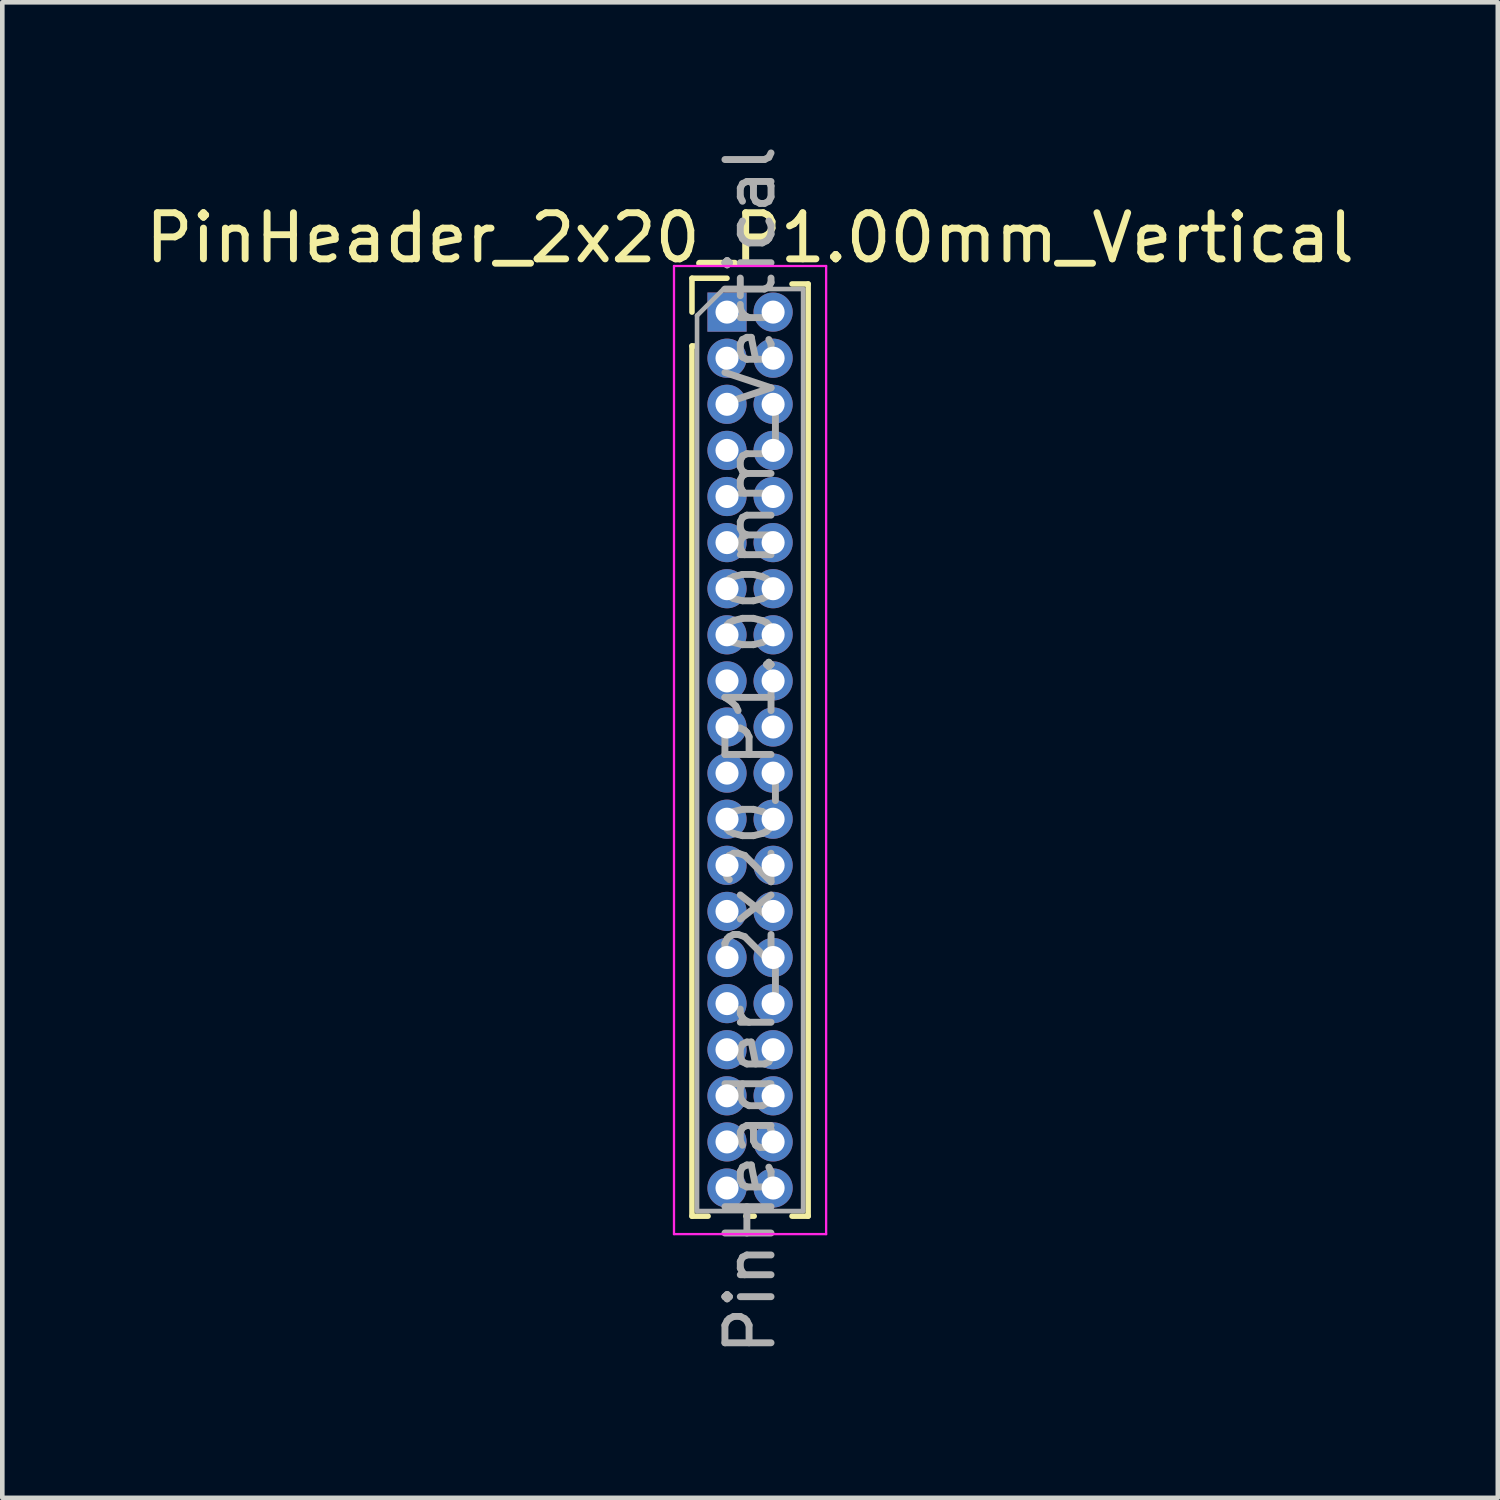
<source format=kicad_pcb>
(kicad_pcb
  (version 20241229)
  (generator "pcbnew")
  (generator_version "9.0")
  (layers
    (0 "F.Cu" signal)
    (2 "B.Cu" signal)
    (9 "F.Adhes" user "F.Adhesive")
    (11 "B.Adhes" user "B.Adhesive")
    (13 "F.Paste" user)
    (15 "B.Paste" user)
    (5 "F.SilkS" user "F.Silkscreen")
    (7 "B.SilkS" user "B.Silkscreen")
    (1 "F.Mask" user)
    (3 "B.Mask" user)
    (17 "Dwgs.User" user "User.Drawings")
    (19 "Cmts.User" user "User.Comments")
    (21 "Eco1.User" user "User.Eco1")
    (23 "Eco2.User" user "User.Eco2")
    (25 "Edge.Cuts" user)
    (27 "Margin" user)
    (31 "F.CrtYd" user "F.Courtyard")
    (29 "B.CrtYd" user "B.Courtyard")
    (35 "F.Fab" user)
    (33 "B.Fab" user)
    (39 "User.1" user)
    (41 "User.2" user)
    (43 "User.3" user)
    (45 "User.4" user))
  (footprint "PinHeader_2x20_P1.00mm_Vertical"
    (layer "F.Cu")
    (at 12.72 3.72)
    (property "Reference" "PinHeader_2x20_P1.00mm_Vertical" (at 0.5 -1.61 0) (layer "F.SilkS") (effects (font (size 1 1) (thickness 0.15))))
    (attr through_hole)
    (fp_line (start -0.76 -0.735) (end 0 -0.735) (stroke (width 0.12) (type solid)) (layer "F.SilkS"))
    (fp_line (start -0.76 0) (end -0.76 -0.735) (stroke (width 0.12) (type solid)) (layer "F.SilkS"))
    (fp_line (start -0.76 0.735) (end -0.76 19.61) (stroke (width 0.12) (type solid)) (layer "F.SilkS"))
    (fp_line (start -0.76 0.735) (end -0.686 0.735) (stroke (width 0.12) (type solid)) (layer "F.SilkS"))
    (fp_line (start -0.76 19.61) (end -0.41 19.61) (stroke (width 0.12) (type solid)) (layer "F.SilkS"))
    (fp_line (start 0.41 19.61) (end 0.59 19.61) (stroke (width 0.12) (type solid)) (layer "F.SilkS"))
    (fp_line (start 1.41 -0.61) (end 1.76 -0.61) (stroke (width 0.12) (type solid)) (layer "F.SilkS"))
    (fp_line (start 1.41 19.61) (end 1.76 19.61) (stroke (width 0.12) (type solid)) (layer "F.SilkS"))
    (fp_line (start 1.76 -0.61) (end 1.76 19.61) (stroke (width 0.12) (type solid)) (layer "F.SilkS"))
    (fp_line (start -1.15 -1) (end -1.15 20) (stroke (width 0.05) (type solid)) (layer "F.CrtYd"))
    (fp_line (start -1.15 20) (end 2.15 20) (stroke (width 0.05) (type solid)) (layer "F.CrtYd"))
    (fp_line (start 2.15 -1) (end -1.15 -1) (stroke (width 0.05) (type solid)) (layer "F.CrtYd"))
    (fp_line (start 2.15 20) (end 2.15 -1) (stroke (width 0.05) (type solid)) (layer "F.CrtYd"))
    (fp_line (start -0.65 0.075) (end -0.075 -0.5) (stroke (width 0.1) (type solid)) (layer "F.Fab"))
    (fp_line (start -0.65 19.5) (end -0.65 0.075) (stroke (width 0.1) (type solid)) (layer "F.Fab"))
    (fp_line (start -0.075 -0.5) (end 1.65 -0.5) (stroke (width 0.1) (type solid)) (layer "F.Fab"))
    (fp_line (start 1.65 -0.5) (end 1.65 19.5) (stroke (width 0.1) (type solid)) (layer "F.Fab"))
    (fp_line (start 1.65 19.5) (end -0.65 19.5) (stroke (width 0.1) (type solid)) (layer "F.Fab"))
    (fp_text user "${REFERENCE}" (at 0.5 9.5 90) (layer "F.Fab") (effects (font (size 1 1) (thickness 0.15))))
    (pad "1" thru_hole rect (at 0 0) (size 0.85 0.85) (drill 0.5) (layers "*.Cu" "*.Mask"))
    (pad "2" thru_hole circle (at 1 0) (size 0.85 0.85) (drill 0.5) (layers "*.Cu" "*.Mask"))
    (pad "3" thru_hole circle (at 0 1) (size 0.85 0.85) (drill 0.5) (layers "*.Cu" "*.Mask"))
    (pad "4" thru_hole circle (at 1 1) (size 0.85 0.85) (drill 0.5) (layers "*.Cu" "*.Mask"))
    (pad "5" thru_hole circle (at 0 2) (size 0.85 0.85) (drill 0.5) (layers "*.Cu" "*.Mask"))
    (pad "6" thru_hole circle (at 1 2) (size 0.85 0.85) (drill 0.5) (layers "*.Cu" "*.Mask"))
    (pad "7" thru_hole circle (at 0 3) (size 0.85 0.85) (drill 0.5) (layers "*.Cu" "*.Mask"))
    (pad "8" thru_hole circle (at 1 3) (size 0.85 0.85) (drill 0.5) (layers "*.Cu" "*.Mask"))
    (pad "9" thru_hole circle (at 0 4) (size 0.85 0.85) (drill 0.5) (layers "*.Cu" "*.Mask"))
    (pad "10" thru_hole circle (at 1 4) (size 0.85 0.85) (drill 0.5) (layers "*.Cu" "*.Mask"))
    (pad "11" thru_hole circle (at 0 5) (size 0.85 0.85) (drill 0.5) (layers "*.Cu" "*.Mask"))
    (pad "12" thru_hole circle (at 1 5) (size 0.85 0.85) (drill 0.5) (layers "*.Cu" "*.Mask"))
    (pad "13" thru_hole circle (at 0 6) (size 0.85 0.85) (drill 0.5) (layers "*.Cu" "*.Mask"))
    (pad "14" thru_hole circle (at 1 6) (size 0.85 0.85) (drill 0.5) (layers "*.Cu" "*.Mask"))
    (pad "15" thru_hole circle (at 0 7) (size 0.85 0.85) (drill 0.5) (layers "*.Cu" "*.Mask"))
    (pad "16" thru_hole circle (at 1 7) (size 0.85 0.85) (drill 0.5) (layers "*.Cu" "*.Mask"))
    (pad "17" thru_hole circle (at 0 8) (size 0.85 0.85) (drill 0.5) (layers "*.Cu" "*.Mask"))
    (pad "18" thru_hole circle (at 1 8) (size 0.85 0.85) (drill 0.5) (layers "*.Cu" "*.Mask"))
    (pad "19" thru_hole circle (at 0 9) (size 0.85 0.85) (drill 0.5) (layers "*.Cu" "*.Mask"))
    (pad "20" thru_hole circle (at 1 9) (size 0.85 0.85) (drill 0.5) (layers "*.Cu" "*.Mask"))
    (pad "21" thru_hole circle (at 0 10) (size 0.85 0.85) (drill 0.5) (layers "*.Cu" "*.Mask"))
    (pad "22" thru_hole circle (at 1 10) (size 0.85 0.85) (drill 0.5) (layers "*.Cu" "*.Mask"))
    (pad "23" thru_hole circle (at 0 11) (size 0.85 0.85) (drill 0.5) (layers "*.Cu" "*.Mask"))
    (pad "24" thru_hole circle (at 1 11) (size 0.85 0.85) (drill 0.5) (layers "*.Cu" "*.Mask"))
    (pad "25" thru_hole circle (at 0 12) (size 0.85 0.85) (drill 0.5) (layers "*.Cu" "*.Mask"))
    (pad "26" thru_hole circle (at 1 12) (size 0.85 0.85) (drill 0.5) (layers "*.Cu" "*.Mask"))
    (pad "27" thru_hole circle (at 0 13) (size 0.85 0.85) (drill 0.5) (layers "*.Cu" "*.Mask"))
    (pad "28" thru_hole circle (at 1 13) (size 0.85 0.85) (drill 0.5) (layers "*.Cu" "*.Mask"))
    (pad "29" thru_hole circle (at 0 14) (size 0.85 0.85) (drill 0.5) (layers "*.Cu" "*.Mask"))
    (pad "30" thru_hole circle (at 1 14) (size 0.85 0.85) (drill 0.5) (layers "*.Cu" "*.Mask"))
    (pad "31" thru_hole circle (at 0 15) (size 0.85 0.85) (drill 0.5) (layers "*.Cu" "*.Mask"))
    (pad "32" thru_hole circle (at 1 15) (size 0.85 0.85) (drill 0.5) (layers "*.Cu" "*.Mask"))
    (pad "33" thru_hole circle (at 0 16) (size 0.85 0.85) (drill 0.5) (layers "*.Cu" "*.Mask"))
    (pad "34" thru_hole circle (at 1 16) (size 0.85 0.85) (drill 0.5) (layers "*.Cu" "*.Mask"))
    (pad "35" thru_hole circle (at 0 17) (size 0.85 0.85) (drill 0.5) (layers "*.Cu" "*.Mask"))
    (pad "36" thru_hole circle (at 1 17) (size 0.85 0.85) (drill 0.5) (layers "*.Cu" "*.Mask"))
    (pad "37" thru_hole circle (at 0 18) (size 0.85 0.85) (drill 0.5) (layers "*.Cu" "*.Mask"))
    (pad "38" thru_hole circle (at 1 18) (size 0.85 0.85) (drill 0.5) (layers "*.Cu" "*.Mask"))
    (pad "39" thru_hole circle (at 0 19) (size 0.85 0.85) (drill 0.5) (layers "*.Cu" "*.Mask"))
    (pad "40" thru_hole circle (at 1 19) (size 0.85 0.85) (drill 0.5) (layers "*.Cu" "*.Mask")))
  (gr_rect
    (start -3 -3)
    (end 29.44 29.44)
    (stroke (width 0.1) (type default))
    (fill no)
    (layer "Edge.Cuts")))
</source>
